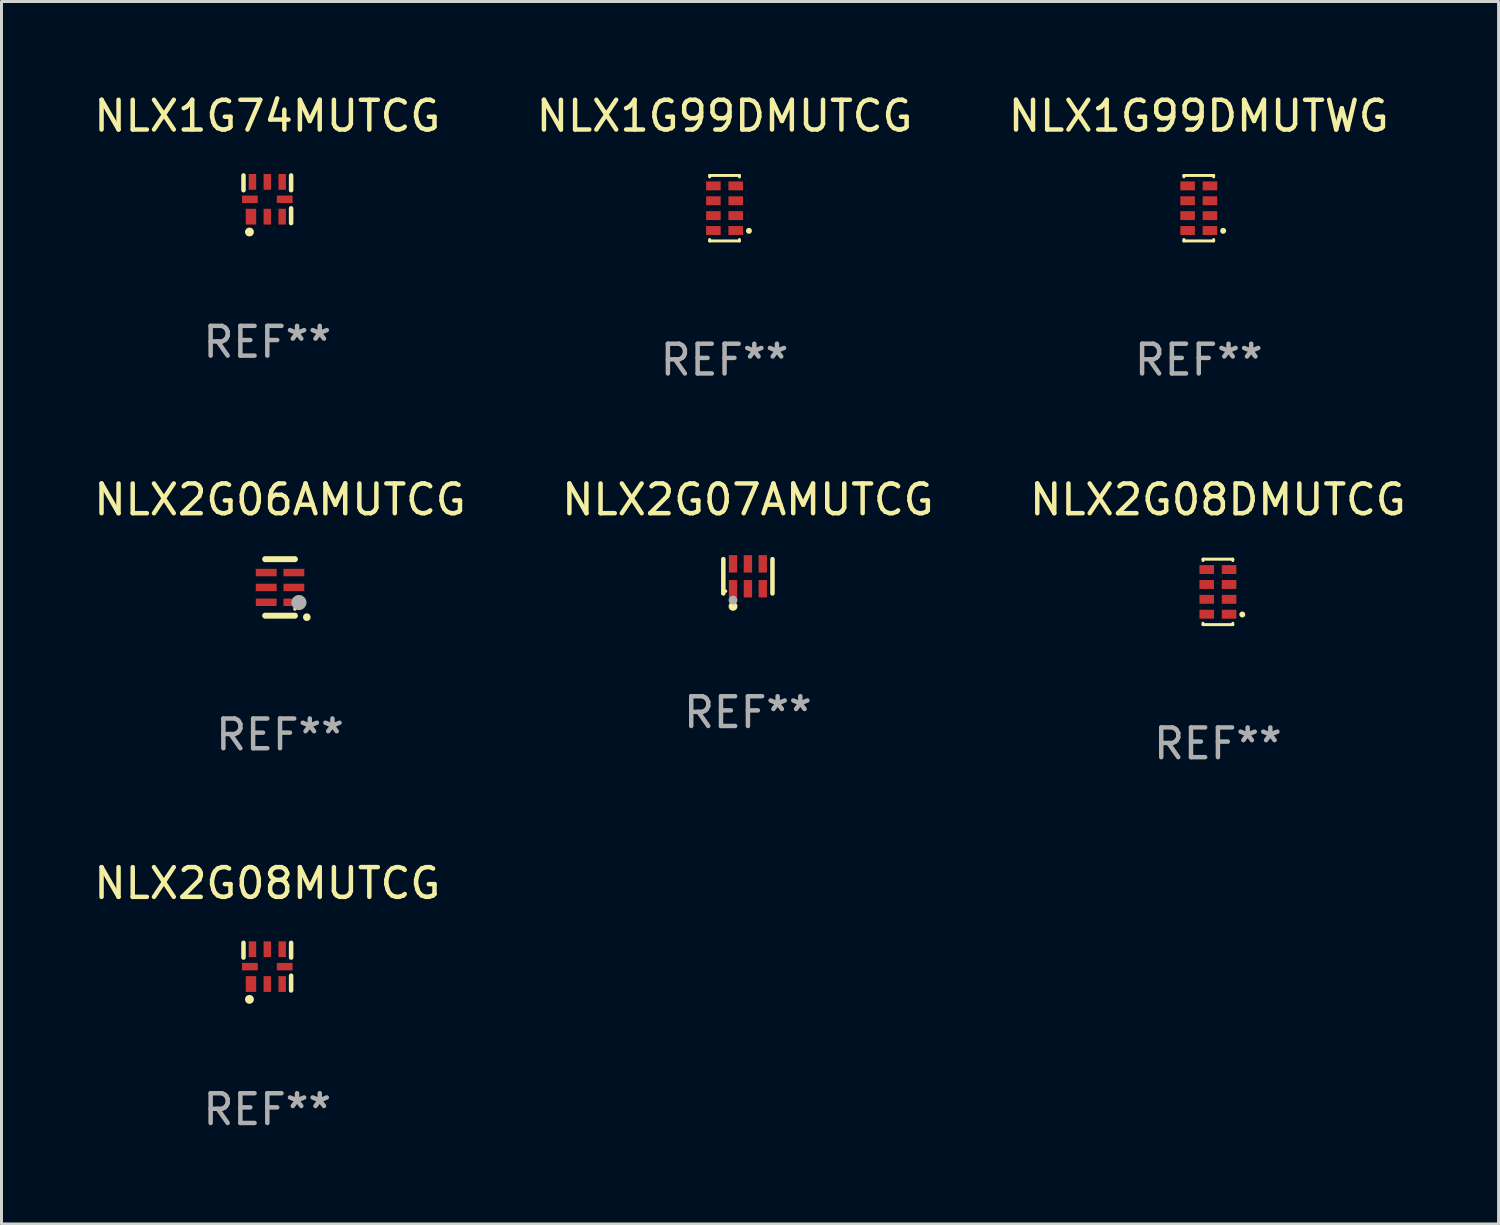
<source format=kicad_pcb>
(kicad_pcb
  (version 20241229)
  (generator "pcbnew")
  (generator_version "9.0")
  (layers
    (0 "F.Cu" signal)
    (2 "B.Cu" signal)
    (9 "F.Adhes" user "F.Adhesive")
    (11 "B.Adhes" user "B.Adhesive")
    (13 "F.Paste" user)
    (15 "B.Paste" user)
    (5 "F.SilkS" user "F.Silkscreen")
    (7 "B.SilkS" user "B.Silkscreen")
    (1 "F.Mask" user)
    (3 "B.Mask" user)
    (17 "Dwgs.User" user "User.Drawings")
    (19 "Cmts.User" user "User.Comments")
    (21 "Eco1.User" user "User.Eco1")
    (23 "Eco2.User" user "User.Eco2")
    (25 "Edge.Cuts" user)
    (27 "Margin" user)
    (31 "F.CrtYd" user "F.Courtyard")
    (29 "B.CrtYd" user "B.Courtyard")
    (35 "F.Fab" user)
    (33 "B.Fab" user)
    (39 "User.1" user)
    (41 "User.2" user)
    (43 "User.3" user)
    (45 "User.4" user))
  (footprint "NLX1G99DMUTWG"
    (layer "F.Cu")
    (at 37.244 3.948)
    (property "Reference" "NLX1G99DMUTWG" (at 0 -3.1 0) (layer "F.SilkS") (effects (font (size 1 1) (thickness 0.15))))
    (attr through_hole)
    (fp_line (start -0.5 -1.1) (end 0.5 -1.1) (stroke (width 0.1) (type solid)) (layer "F.SilkS"))
    (fp_line (start -0.5 -1.054) (end -0.5 -1.1) (stroke (width 0.1) (type solid)) (layer "F.SilkS"))
    (fp_line (start -0.5 1.1) (end -0.5 1.054) (stroke (width 0.1) (type solid)) (layer "F.SilkS"))
    (fp_line (start 0.5 -1.054) (end 0.5 -1.1) (stroke (width 0.1) (type solid)) (layer "F.SilkS"))
    (fp_line (start 0.5 1.1) (end -0.5 1.1) (stroke (width 0.1) (type solid)) (layer "F.SilkS"))
    (fp_line (start 0.5 1.1) (end 0.5 1.054) (stroke (width 0.1) (type solid)) (layer "F.SilkS"))
    (fp_circle (center 0.82 0.76) (end 0.87 0.76) (stroke (width 0.1) (type solid)) (fill no) (layer "F.SilkS"))
    (fp_text user "REF**" (at 0 5.1 0) (layer "F.Fab") (effects (font (size 1 1) (thickness 0.15))))
    (pad "1" smd rect (at 0.375 0.75 90) (size 0.3 0.49) (layers "F.Cu" "F.Mask" "F.Paste"))
    (pad "2" smd rect (at 0.375 0.25 90) (size 0.3 0.49) (layers "F.Cu" "F.Mask" "F.Paste"))
    (pad "3" smd rect (at 0.375 -0.25 90) (size 0.3 0.49) (layers "F.Cu" "F.Mask" "F.Paste"))
    (pad "4" smd rect (at 0.375 -0.75 90) (size 0.3 0.49) (layers "F.Cu" "F.Mask" "F.Paste"))
    (pad "5" smd rect (at -0.375 -0.75 90) (size 0.3 0.49) (layers "F.Cu" "F.Mask" "F.Paste"))
    (pad "6" smd rect (at -0.375 -0.25 90) (size 0.3 0.49) (layers "F.Cu" "F.Mask" "F.Paste"))
    (pad "7" smd rect (at -0.375 0.25 90) (size 0.3 0.49) (layers "F.Cu" "F.Mask" "F.Paste"))
    (pad "8" smd rect (at -0.375 0.75 90) (size 0.3 0.49) (layers "F.Cu" "F.Mask" "F.Paste")))
  (footprint "NLX2G07AMUTCG"
    (layer "F.Cu")
    (at 22.089 16.321)
    (property "Reference" "NLX2G07AMUTCG" (at 0 -2.576 0) (layer "F.SilkS") (effects (font (size 1 1) (thickness 0.15))))
    (attr through_hole)
    (fp_line (start -0.826 0.576) (end -0.826 -0.576) (stroke (width 0.152) (type solid)) (layer "F.SilkS"))
    (fp_line (start 0.826 0.576) (end 0.826 -0.576) (stroke (width 0.152) (type solid)) (layer "F.SilkS"))
    (fp_circle (center -0.75 0.5) (end -0.72 0.5) (stroke (width 0.06) (type solid)) (fill no) (layer "F.SilkS"))
    (fp_circle (center -0.5 1.01) (end -0.425 1.01) (stroke (width 0.15) (type solid)) (fill no) (layer "F.SilkS"))
    (fp_circle (center -0.5 0.8) (end -0.425 0.8) (stroke (width 0.15) (type solid)) (fill no) (layer "F.Fab"))
    (fp_text user "REF**" (at 0 4.576 0) (layer "F.Fab") (effects (font (size 1 1) (thickness 0.15))))
    (pad "1" smd rect (at -0.5 0.418) (size 0.28 0.585) (layers "F.Cu" "F.Mask" "F.Paste"))
    (pad "2" smd rect (at 0 0.418) (size 0.28 0.585) (layers "F.Cu" "F.Mask" "F.Paste"))
    (pad "3" smd rect (at 0.5 0.418) (size 0.28 0.585) (layers "F.Cu" "F.Mask" "F.Paste"))
    (pad "4" smd rect (at 0.5 -0.418) (size 0.28 0.585) (layers "F.Cu" "F.Mask" "F.Paste"))
    (pad "5" smd rect (at 0 -0.418) (size 0.28 0.585) (layers "F.Cu" "F.Mask" "F.Paste"))
    (pad "6" smd rect (at -0.5 -0.418) (size 0.28 0.585) (layers "F.Cu" "F.Mask" "F.Paste")))
  (footprint "NLX1G74MUTCG"
    (layer "F.Cu")
    (at 5.935 3.648)
    (property "Reference" "NLX1G74MUTCG" (at 0 -2.8 0) (layer "F.SilkS") (effects (font (size 1 1) (thickness 0.15))))
    (attr through_hole)
    (fp_line (start -0.8 -0.305) (end -0.8 -0.8) (stroke (width 0.152) (type solid)) (layer "F.SilkS"))
    (fp_line (start 0.8 -0.8) (end 0.8 -0.305) (stroke (width 0.152) (type solid)) (layer "F.SilkS"))
    (fp_line (start 0.8 0.305) (end 0.8 0.8) (stroke (width 0.152) (type solid)) (layer "F.SilkS"))
    (fp_circle (center -0.6 1.1) (end -0.525 1.1) (stroke (width 0.15) (type solid)) (fill no) (layer "F.SilkS"))
    (fp_text user "REF**" (at 0 4.8 0) (layer "F.Fab") (effects (font (size 1 1) (thickness 0.15))))
    (pad "1" smd rect (at -0.55 0.585 90) (size 0.53 0.35) (layers "F.Cu" "F.Mask" "F.Paste"))
    (pad "2" smd rect (at 0 0.585 90) (size 0.53 0.25) (layers "F.Cu" "F.Mask" "F.Paste"))
    (pad "3" smd rect (at 0.5 0.585 90) (size 0.53 0.25) (layers "F.Cu" "F.Mask" "F.Paste"))
    (pad "4" smd rect (at 0.585 0 90) (size 0.25 0.53) (layers "F.Cu" "F.Mask" "F.Paste"))
    (pad "5" smd rect (at 0.5 -0.585 90) (size 0.53 0.25) (layers "F.Cu" "F.Mask" "F.Paste"))
    (pad "6" smd rect (at 0 -0.585 90) (size 0.53 0.25) (layers "F.Cu" "F.Mask" "F.Paste"))
    (pad "7" smd rect (at -0.5 -0.585 90) (size 0.53 0.25) (layers "F.Cu" "F.Mask" "F.Paste"))
    (pad "8" smd rect (at -0.585 0 90) (size 0.25 0.53) (layers "F.Cu" "F.Mask" "F.Paste")))
  (footprint "NLX1G99DMUTCG"
    (layer "F.Cu")
    (at 21.304 3.948)
    (property "Reference" "NLX1G99DMUTCG" (at 0 -3.1 0) (layer "F.SilkS") (effects (font (size 1 1) (thickness 0.15))))
    (attr through_hole)
    (fp_line (start -0.5 -1.1) (end 0.5 -1.1) (stroke (width 0.1) (type solid)) (layer "F.SilkS"))
    (fp_line (start -0.5 -1.054) (end -0.5 -1.1) (stroke (width 0.1) (type solid)) (layer "F.SilkS"))
    (fp_line (start -0.5 1.1) (end -0.5 1.054) (stroke (width 0.1) (type solid)) (layer "F.SilkS"))
    (fp_line (start 0.5 -1.054) (end 0.5 -1.1) (stroke (width 0.1) (type solid)) (layer "F.SilkS"))
    (fp_line (start 0.5 1.1) (end -0.5 1.1) (stroke (width 0.1) (type solid)) (layer "F.SilkS"))
    (fp_line (start 0.5 1.1) (end 0.5 1.054) (stroke (width 0.1) (type solid)) (layer "F.SilkS"))
    (fp_circle (center 0.82 0.76) (end 0.87 0.76) (stroke (width 0.1) (type solid)) (fill no) (layer "F.SilkS"))
    (fp_text user "REF**" (at 0 5.1 0) (layer "F.Fab") (effects (font (size 1 1) (thickness 0.15))))
    (pad "1" smd rect (at 0.375 0.75 90) (size 0.3 0.49) (layers "F.Cu" "F.Mask" "F.Paste"))
    (pad "2" smd rect (at 0.375 0.25 90) (size 0.3 0.49) (layers "F.Cu" "F.Mask" "F.Paste"))
    (pad "3" smd rect (at 0.375 -0.25 90) (size 0.3 0.49) (layers "F.Cu" "F.Mask" "F.Paste"))
    (pad "4" smd rect (at 0.375 -0.75 90) (size 0.3 0.49) (layers "F.Cu" "F.Mask" "F.Paste"))
    (pad "5" smd rect (at -0.375 -0.75 90) (size 0.3 0.49) (layers "F.Cu" "F.Mask" "F.Paste"))
    (pad "6" smd rect (at -0.375 -0.25 90) (size 0.3 0.49) (layers "F.Cu" "F.Mask" "F.Paste"))
    (pad "7" smd rect (at -0.375 0.25 90) (size 0.3 0.49) (layers "F.Cu" "F.Mask" "F.Paste"))
    (pad "8" smd rect (at -0.375 0.75 90) (size 0.3 0.49) (layers "F.Cu" "F.Mask" "F.Paste")))
  (footprint "NLX2G08MUTCG"
    (layer "F.Cu")
    (at 5.935 29.441)
    (property "Reference" "NLX2G08MUTCG" (at 0 -2.8 0) (layer "F.SilkS") (effects (font (size 1 1) (thickness 0.15))))
    (attr through_hole)
    (fp_line (start -0.8 -0.305) (end -0.8 -0.8) (stroke (width 0.152) (type solid)) (layer "F.SilkS"))
    (fp_line (start 0.8 -0.8) (end 0.8 -0.305) (stroke (width 0.152) (type solid)) (layer "F.SilkS"))
    (fp_line (start 0.8 0.305) (end 0.8 0.8) (stroke (width 0.152) (type solid)) (layer "F.SilkS"))
    (fp_circle (center -0.6 1.1) (end -0.525 1.1) (stroke (width 0.15) (type solid)) (fill no) (layer "F.SilkS"))
    (fp_text user "REF**" (at 0 4.8 0) (layer "F.Fab") (effects (font (size 1 1) (thickness 0.15))))
    (pad "1" smd rect (at -0.55 0.585 90) (size 0.53 0.35) (layers "F.Cu" "F.Mask" "F.Paste"))
    (pad "2" smd rect (at 0 0.585 90) (size 0.53 0.25) (layers "F.Cu" "F.Mask" "F.Paste"))
    (pad "3" smd rect (at 0.5 0.585 90) (size 0.53 0.25) (layers "F.Cu" "F.Mask" "F.Paste"))
    (pad "4" smd rect (at 0.585 0 90) (size 0.25 0.53) (layers "F.Cu" "F.Mask" "F.Paste"))
    (pad "5" smd rect (at 0.5 -0.585 90) (size 0.53 0.25) (layers "F.Cu" "F.Mask" "F.Paste"))
    (pad "6" smd rect (at 0 -0.585 90) (size 0.53 0.25) (layers "F.Cu" "F.Mask" "F.Paste"))
    (pad "7" smd rect (at -0.5 -0.585 90) (size 0.53 0.25) (layers "F.Cu" "F.Mask" "F.Paste"))
    (pad "8" smd rect (at -0.585 0 90) (size 0.25 0.53) (layers "F.Cu" "F.Mask" "F.Paste")))
  (footprint "NLX2G06AMUTCG"
    (layer "F.Cu")
    (at 6.363 16.695)
    (property "Reference" "NLX2G06AMUTCG" (at 0 -2.95 0) (layer "F.SilkS") (effects (font (size 1 1) (thickness 0.15))))
    (attr through_hole)
    (fp_line (start 0.5 -0.95) (end -0.5 -0.95) (stroke (width 0.2) (type solid)) (layer "F.SilkS"))
    (fp_line (start 0.5 0.95) (end -0.5 0.95) (stroke (width 0.2) (type solid)) (layer "F.SilkS"))
    (fp_arc (start 0.899162 1.000762) (mid 0.899154 0.999492) (end 0.899162 0.998222) (stroke (width 0.254001) (type solid)) (layer "F.SilkS"))
    (fp_circle (center 0.5 0.725) (end 0.53 0.725) (stroke (width 0.06) (type solid)) (fill no) (layer "F.SilkS"))
    (fp_circle (center 0.635 0.508) (end 0.762 0.508) (stroke (width 0.254) (type solid)) (fill no) (layer "F.Fab"))
    (fp_text user "REF**" (at 0 4.95 0) (layer "F.Fab") (effects (font (size 1 1) (thickness 0.15))))
    (pad "1" smd rect (at 0.465 0.5 90) (size 0.25 0.7) (layers "F.Cu" "F.Mask" "F.Paste"))
    (pad "2" smd rect (at 0.465 0.000127 90) (size 0.25 0.7) (layers "F.Cu" "F.Mask" "F.Paste"))
    (pad "3" smd rect (at 0.465 -0.5 90) (size 0.25 0.7) (layers "F.Cu" "F.Mask" "F.Paste"))
    (pad "4" smd rect (at -0.465 -0.5 270) (size 0.25 0.7) (layers "F.Cu" "F.Mask" "F.Paste"))
    (pad "5" smd rect (at -0.465 0.000127 270) (size 0.25 0.7) (layers "F.Cu" "F.Mask" "F.Paste"))
    (pad "6" smd rect (at -0.465 0.5 270) (size 0.25 0.7) (layers "F.Cu" "F.Mask" "F.Paste")))
  (footprint "NLX2G08DMUTCG"
    (layer "F.Cu")
    (at 37.887 16.845)
    (property "Reference" "NLX2G08DMUTCG" (at 0 -3.1 0) (layer "F.SilkS") (effects (font (size 1 1) (thickness 0.15))))
    (attr through_hole)
    (fp_line (start -0.5 -1.1) (end 0.5 -1.1) (stroke (width 0.1) (type solid)) (layer "F.SilkS"))
    (fp_line (start -0.5 -1.054) (end -0.5 -1.1) (stroke (width 0.1) (type solid)) (layer "F.SilkS"))
    (fp_line (start -0.5 1.1) (end -0.5 1.054) (stroke (width 0.1) (type solid)) (layer "F.SilkS"))
    (fp_line (start 0.5 -1.054) (end 0.5 -1.1) (stroke (width 0.1) (type solid)) (layer "F.SilkS"))
    (fp_line (start 0.5 1.1) (end -0.5 1.1) (stroke (width 0.1) (type solid)) (layer "F.SilkS"))
    (fp_line (start 0.5 1.1) (end 0.5 1.054) (stroke (width 0.1) (type solid)) (layer "F.SilkS"))
    (fp_circle (center 0.82 0.76) (end 0.87 0.76) (stroke (width 0.1) (type solid)) (fill no) (layer "F.SilkS"))
    (fp_text user "REF**" (at 0 5.1 0) (layer "F.Fab") (effects (font (size 1 1) (thickness 0.15))))
    (pad "1" smd rect (at 0.375 0.75 90) (size 0.3 0.49) (layers "F.Cu" "F.Mask" "F.Paste"))
    (pad "2" smd rect (at 0.375 0.25 90) (size 0.3 0.49) (layers "F.Cu" "F.Mask" "F.Paste"))
    (pad "3" smd rect (at 0.375 -0.25 90) (size 0.3 0.49) (layers "F.Cu" "F.Mask" "F.Paste"))
    (pad "4" smd rect (at 0.375 -0.75 90) (size 0.3 0.49) (layers "F.Cu" "F.Mask" "F.Paste"))
    (pad "5" smd rect (at -0.375 -0.75 90) (size 0.3 0.49) (layers "F.Cu" "F.Mask" "F.Paste"))
    (pad "6" smd rect (at -0.375 -0.25 90) (size 0.3 0.49) (layers "F.Cu" "F.Mask" "F.Paste"))
    (pad "7" smd rect (at -0.375 0.25 90) (size 0.3 0.49) (layers "F.Cu" "F.Mask" "F.Paste"))
    (pad "8" smd rect (at -0.375 0.75 90) (size 0.3 0.49) (layers "F.Cu" "F.Mask" "F.Paste")))
  (gr_rect
    (start -3 -3)
    (end 47.321 38.09)
    (stroke (width 0.1) (type default))
    (fill no)
    (layer "Edge.Cuts")))
</source>
